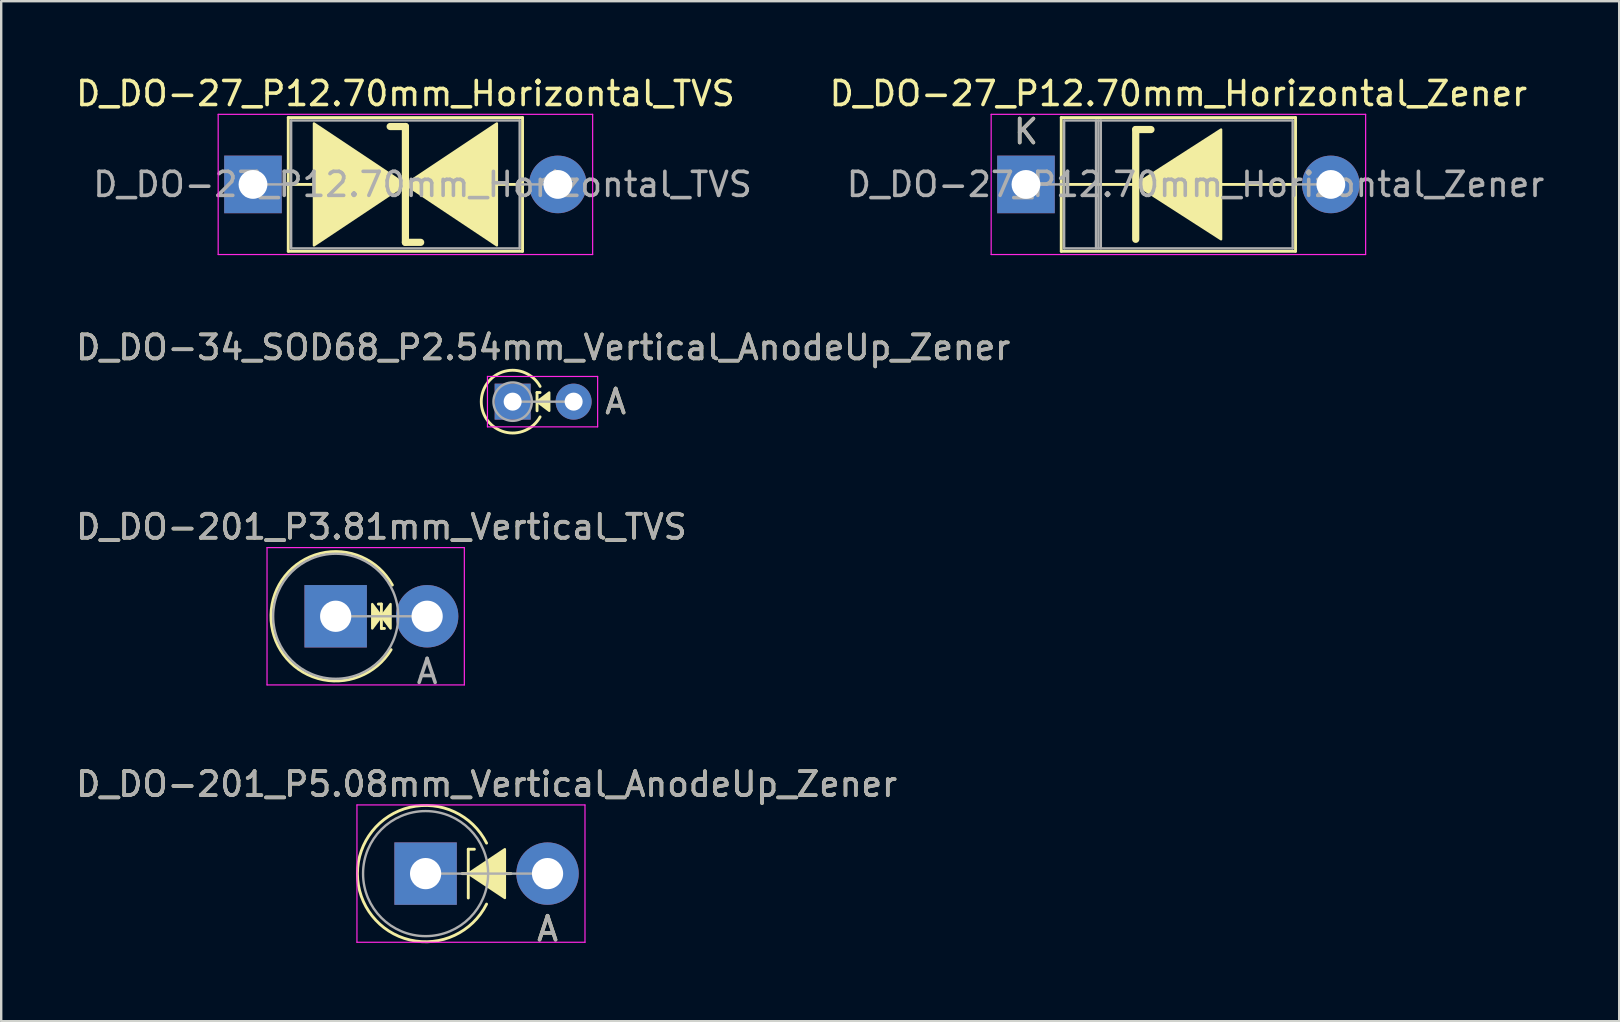
<source format=kicad_pcb>
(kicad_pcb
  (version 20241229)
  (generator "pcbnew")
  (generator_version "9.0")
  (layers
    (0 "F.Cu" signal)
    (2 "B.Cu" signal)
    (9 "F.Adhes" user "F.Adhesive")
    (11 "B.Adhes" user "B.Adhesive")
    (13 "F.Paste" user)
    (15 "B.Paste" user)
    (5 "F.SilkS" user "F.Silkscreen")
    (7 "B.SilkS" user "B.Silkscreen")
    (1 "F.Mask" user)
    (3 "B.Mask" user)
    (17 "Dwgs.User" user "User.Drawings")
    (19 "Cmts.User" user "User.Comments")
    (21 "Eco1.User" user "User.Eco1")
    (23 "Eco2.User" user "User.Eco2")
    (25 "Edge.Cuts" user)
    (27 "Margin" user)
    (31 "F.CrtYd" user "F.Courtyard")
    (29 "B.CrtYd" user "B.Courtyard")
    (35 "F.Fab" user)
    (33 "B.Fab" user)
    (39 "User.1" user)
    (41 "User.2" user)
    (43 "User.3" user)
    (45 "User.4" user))
  (footprint "D_DO-201_P5.08mm_Vertical_AnodeUp_Zener"
    (layer "F.Cu")
    (at 14.68 33.344)
    (property "Reference" "D_DO-201_P5.08mm_Vertical_AnodeUp_Zener" (at 2.54 -3.725 0) (layer "F.SilkS") (effects (font (size 1 1) (thickness 0.15))))
    (attr through_hole)
    (fp_line (start 1.524 0) (end 3.556 0) (stroke (width 0.12) (type solid)) (layer "F.SilkS"))
    (fp_line (start 1.778 -1.016) (end 2.032 -1.016) (stroke (width 0.12) (type solid)) (layer "F.SilkS"))
    (fp_line (start 1.778 1.016) (end 1.778 -1.016) (stroke (width 0.12) (type solid)) (layer "F.SilkS"))
    (fp_arc (start 2.539999 1.27) (mid -2.839805 0) (end 2.539999 -1.269999) (stroke (width 0.12) (type solid)) (layer "F.SilkS"))
    (fp_poly (pts (xy 3.302 1.016) (xy 1.778 0) (xy 3.302 -1.016)) (stroke (width 0.1) (type solid)) (fill yes) (layer "F.SilkS"))
    (fp_line (start -2.86 -2.86) (end -2.86 2.86) (stroke (width 0.05) (type solid)) (layer "F.CrtYd"))
    (fp_line (start -2.86 2.86) (end 6.64 2.86) (stroke (width 0.05) (type solid)) (layer "F.CrtYd"))
    (fp_line (start 6.64 -2.86) (end -2.86 -2.86) (stroke (width 0.05) (type solid)) (layer "F.CrtYd"))
    (fp_line (start 6.64 2.86) (end 6.64 -2.86) (stroke (width 0.05) (type solid)) (layer "F.CrtYd"))
    (fp_line (start 0 0) (end 5.08 0) (stroke (width 0.1) (type solid)) (layer "F.Fab"))
    (fp_circle (center 0 0) (end 2.605 0) (stroke (width 0.1) (type solid)) (fill no) (layer "F.Fab"))
    (fp_text user "A" (at 5.08 2.3 0) (layer "F.SilkS") (effects (font (size 1 1) (thickness 0.15))))
    (fp_text user "${REFERENCE}" (at 2.54 -3.725 0) (layer "F.Fab") (effects (font (size 1 1) (thickness 0.15))))
    (fp_text user "A" (at 5.08 2.3 0) (layer "F.Fab") (effects (font (size 1 1) (thickness 0.15))))
    (pad "1" thru_hole rect (at 0 0) (size 2.6 2.6) (drill 1.3) (layers "*.Cu" "*.Mask"))
    (pad "2" thru_hole oval (at 5.08 0) (size 2.6 2.6) (drill 1.3) (layers "*.Cu" "*.Mask")))
  (footprint "D_DO-34_SOD68_P2.54mm_Vertical_AnodeUp_Zener"
    (layer "F.Cu")
    (at 18.307 13.682)
    (property "Reference" "D_DO-34_SOD68_P2.54mm_Vertical_AnodeUp_Zener" (at 1.27 -2.256 0) (layer "F.SilkS") (effects (font (size 1 1) (thickness 0.15))))
    (attr through_hole)
    (fp_line (start 1.016 -0.381) (end 1.016 0.381) (stroke (width 0.12) (type solid)) (layer "F.SilkS"))
    (fp_line (start 1.016 -0.381) (end 1.143 -0.381) (stroke (width 0.12) (type solid)) (layer "F.SilkS"))
    (fp_arc (start 1.142999 0.635) (mid -1.307544 0) (end 1.142999 -0.634999) (stroke (width 0.12) (type solid)) (layer "F.SilkS"))
    (fp_poly (pts (xy 1.524 0.381) (xy 1.016 0) (xy 1.524 -0.381)) (stroke (width 0.1) (type solid)) (fill yes) (layer "F.SilkS"))
    (fp_line (start -1.05 -1.05) (end -1.05 1.05) (stroke (width 0.05) (type solid)) (layer "F.CrtYd"))
    (fp_line (start -1.05 1.05) (end 3.54 1.05) (stroke (width 0.05) (type solid)) (layer "F.CrtYd"))
    (fp_line (start 3.54 -1.05) (end -1.05 -1.05) (stroke (width 0.05) (type solid)) (layer "F.CrtYd"))
    (fp_line (start 3.54 1.05) (end 3.54 -1.05) (stroke (width 0.05) (type solid)) (layer "F.CrtYd"))
    (fp_line (start 0 0) (end 2.54 0) (stroke (width 0.1) (type solid)) (layer "F.Fab"))
    (fp_circle (center 0 0) (end 0.8 0) (stroke (width 0.1) (type solid)) (fill no) (layer "F.Fab"))
    (fp_text user "A" (at 4.29 0 0) (layer "F.SilkS") (effects (font (size 1 1) (thickness 0.15))))
    (fp_text user "${REFERENCE}" (at 1.27 -2.256 0) (layer "F.Fab") (effects (font (size 1 1) (thickness 0.15))))
    (fp_text user "A" (at 4.29 0 0) (layer "F.Fab") (effects (font (size 1 1) (thickness 0.15))))
    (pad "1" thru_hole rect (at 0 0) (size 1.5 1.5) (drill 0.75) (layers "*.Cu" "*.Mask"))
    (pad "2" thru_hole oval (at 2.54 0) (size 1.5 1.5) (drill 0.75) (layers "*.Cu" "*.Mask")))
  (footprint "D_DO-27_P12.70mm_Horizontal_Zener"
    (layer "F.Cu")
    (at 39.691 4.633)
    (property "Reference" "D_DO-27_P12.70mm_Horizontal_Zener" (at 6.35 -3.785 0) (layer "F.SilkS") (effects (font (size 1 1) (thickness 0.15))))
    (attr through_hole)
    (fp_line (start 1.44 0) (end 1.47 0) (stroke (width 0.12) (type solid)) (layer "F.SilkS"))
    (fp_line (start 1.47 -2.785) (end 1.47 2.785) (stroke (width 0.12) (type solid)) (layer "F.SilkS"))
    (fp_line (start 1.47 2.785) (end 11.23 2.785) (stroke (width 0.12) (type solid)) (layer "F.SilkS"))
    (fp_line (start 4.572 -2.286) (end 4.572 2.286) (stroke (width 0.3) (type solid)) (layer "F.SilkS"))
    (fp_line (start 4.572 -2.286) (end 5.207 -2.286) (stroke (width 0.3) (type solid)) (layer "F.SilkS"))
    (fp_line (start 4.572 0) (end 1.47 0) (stroke (width 0.12) (type solid)) (layer "F.SilkS"))
    (fp_line (start 8.001 0) (end 11.23 0) (stroke (width 0.12) (type solid)) (layer "F.SilkS"))
    (fp_line (start 11.23 -2.785) (end 1.47 -2.785) (stroke (width 0.12) (type solid)) (layer "F.SilkS"))
    (fp_line (start 11.23 2.785) (end 11.23 -2.785) (stroke (width 0.12) (type solid)) (layer "F.SilkS"))
    (fp_line (start 11.26 0) (end 11.23 0) (stroke (width 0.12) (type solid)) (layer "F.SilkS"))
    (fp_poly (pts (xy 8.128 2.286) (xy 4.572 0) (xy 8.128 -2.286)) (stroke (width 0.1) (type solid)) (fill yes) (layer "F.SilkS"))
    (fp_line (start -1.45 -2.92) (end -1.45 2.92) (stroke (width 0.05) (type solid)) (layer "F.CrtYd"))
    (fp_line (start -1.45 2.92) (end 14.15 2.92) (stroke (width 0.05) (type solid)) (layer "F.CrtYd"))
    (fp_line (start 14.15 -2.92) (end -1.45 -2.92) (stroke (width 0.05) (type solid)) (layer "F.CrtYd"))
    (fp_line (start 14.15 2.92) (end 14.15 -2.92) (stroke (width 0.05) (type solid)) (layer "F.CrtYd"))
    (fp_line (start 0 0) (end 1.59 0) (stroke (width 0.1) (type solid)) (layer "F.Fab"))
    (fp_line (start 1.59 -2.665) (end 1.59 2.665) (stroke (width 0.1) (type solid)) (layer "F.Fab"))
    (fp_line (start 1.59 2.665) (end 11.11 2.665) (stroke (width 0.1) (type solid)) (layer "F.Fab"))
    (fp_line (start 2.918 -2.665) (end 2.918 2.665) (stroke (width 0.1) (type solid)) (layer "F.Fab"))
    (fp_line (start 3.018 -2.665) (end 3.018 2.665) (stroke (width 0.1) (type solid)) (layer "F.Fab"))
    (fp_line (start 3.118 -2.665) (end 3.118 2.665) (stroke (width 0.1) (type solid)) (layer "F.Fab"))
    (fp_line (start 11.11 -2.665) (end 1.59 -2.665) (stroke (width 0.1) (type solid)) (layer "F.Fab"))
    (fp_line (start 11.11 2.665) (end 11.11 -2.665) (stroke (width 0.1) (type solid)) (layer "F.Fab"))
    (fp_line (start 12.7 0) (end 11.11 0) (stroke (width 0.1) (type solid)) (layer "F.Fab"))
    (fp_text user "K" (at 0 -2.2 0) (layer "F.SilkS") (effects (font (size 1 1) (thickness 0.15))))
    (fp_text user "K" (at 0 -2.2 0) (layer "F.Fab") (effects (font (size 1 1) (thickness 0.15))))
    (fp_text user "${REFERENCE}" (at 7.064 0 0) (layer "F.Fab") (effects (font (size 1 1) (thickness 0.15))))
    (pad "1" thru_hole rect (at 0 0) (size 2.4 2.4) (drill 1.2) (layers "*.Cu" "*.Mask"))
    (pad "2" thru_hole oval (at 12.7 0) (size 2.4 2.4) (drill 1.2) (layers "*.Cu" "*.Mask")))
  (footprint "D_DO-27_P12.70mm_Horizontal_TVS"
    (layer "F.Cu")
    (at 7.489 4.633)
    (property "Reference" "D_DO-27_P12.70mm_Horizontal_TVS" (at 6.35 -3.785 0) (layer "F.SilkS") (effects (font (size 1 1) (thickness 0.15))))
    (attr through_hole)
    (fp_line (start 1.44 0) (end 1.47 0) (stroke (width 0.12) (type solid)) (layer "F.SilkS"))
    (fp_line (start 1.47 -2.785) (end 1.47 2.785) (stroke (width 0.12) (type solid)) (layer "F.SilkS"))
    (fp_line (start 1.47 0) (end 2.54 0) (stroke (width 0.12) (type solid)) (layer "F.SilkS"))
    (fp_line (start 1.47 2.785) (end 11.23 2.785) (stroke (width 0.12) (type solid)) (layer "F.SilkS"))
    (fp_line (start 6.35 -2.413) (end 5.715 -2.413) (stroke (width 0.3) (type solid)) (layer "F.SilkS"))
    (fp_line (start 6.35 2.413) (end 6.35 -2.413) (stroke (width 0.3) (type solid)) (layer "F.SilkS"))
    (fp_line (start 6.985 2.413) (end 6.35 2.413) (stroke (width 0.3) (type solid)) (layer "F.SilkS"))
    (fp_line (start 10.16 0) (end 11.23 0) (stroke (width 0.12) (type solid)) (layer "F.SilkS"))
    (fp_line (start 11.23 -2.785) (end 1.47 -2.785) (stroke (width 0.12) (type solid)) (layer "F.SilkS"))
    (fp_line (start 11.23 2.785) (end 11.23 -2.785) (stroke (width 0.12) (type solid)) (layer "F.SilkS"))
    (fp_line (start 11.26 0) (end 11.23 0) (stroke (width 0.12) (type solid)) (layer "F.SilkS"))
    (fp_poly (pts (xy 6.35 0) (xy 2.54 2.54) (xy 2.54 -2.54)) (stroke (width 0.1) (type solid)) (fill yes) (layer "F.SilkS"))
    (fp_poly (pts (xy 6.35 0) (xy 10.16 -2.54) (xy 10.16 2.54)) (stroke (width 0.1) (type solid)) (fill yes) (layer "F.SilkS"))
    (fp_line (start -1.45 -2.92) (end -1.45 2.92) (stroke (width 0.05) (type solid)) (layer "F.CrtYd"))
    (fp_line (start -1.45 2.92) (end 14.15 2.92) (stroke (width 0.05) (type solid)) (layer "F.CrtYd"))
    (fp_line (start 14.15 -2.92) (end -1.45 -2.92) (stroke (width 0.05) (type solid)) (layer "F.CrtYd"))
    (fp_line (start 14.15 2.92) (end 14.15 -2.92) (stroke (width 0.05) (type solid)) (layer "F.CrtYd"))
    (fp_line (start 0 0) (end 1.59 0) (stroke (width 0.1) (type solid)) (layer "F.Fab"))
    (fp_line (start 1.59 -2.665) (end 1.59 2.665) (stroke (width 0.1) (type solid)) (layer "F.Fab"))
    (fp_line (start 1.59 2.665) (end 11.11 2.665) (stroke (width 0.1) (type solid)) (layer "F.Fab"))
    (fp_line (start 11.11 -2.665) (end 1.59 -2.665) (stroke (width 0.1) (type solid)) (layer "F.Fab"))
    (fp_line (start 11.11 2.665) (end 11.11 -2.665) (stroke (width 0.1) (type solid)) (layer "F.Fab"))
    (fp_line (start 12.7 0) (end 11.11 0) (stroke (width 0.1) (type solid)) (layer "F.Fab"))
    (fp_text user "${REFERENCE}" (at 7.064 0 0) (layer "F.Fab") (effects (font (size 1 1) (thickness 0.15))))
    (pad "1" thru_hole rect (at 0 0) (size 2.4 2.4) (drill 1.2) (layers "*.Cu" "*.Mask"))
    (pad "2" thru_hole oval (at 12.7 0) (size 2.4 2.4) (drill 1.2) (layers "*.Cu" "*.Mask")))
  (footprint "D_DO-201_P3.81mm_Vertical_TVS"
    (layer "F.Cu")
    (at 10.934 22.623)
    (property "Reference" "D_DO-201_P3.81mm_Vertical_TVS" (at 1.905 -3.725 0) (layer "F.SilkS") (effects (font (size 1 1) (thickness 0.15))))
    (attr through_hole)
    (fp_line (start 1.778 -0.508) (end 1.905 -0.508) (stroke (width 0.12) (type solid)) (layer "F.SilkS"))
    (fp_line (start 1.905 -0.508) (end 1.905 0.508) (stroke (width 0.12) (type solid)) (layer "F.SilkS"))
    (fp_line (start 1.905 0.508) (end 2.032 0.508) (stroke (width 0.12) (type solid)) (layer "F.SilkS"))
    (fp_arc (start 2.30942 1.390181) (mid -2.695054 -0.052035) (end 2.361361 -1.3) (stroke (width 0.12) (type solid)) (layer "F.SilkS"))
    (fp_poly (pts (xy 1.524 -0.508) (xy 1.905 0) (xy 1.524 0.508)) (stroke (width 0.1) (type solid)) (fill yes) (layer "F.SilkS"))
    (fp_poly (pts (xy 2.286 0.508) (xy 1.905 0) (xy 2.286 -0.508)) (stroke (width 0.1) (type solid)) (fill yes) (layer "F.SilkS"))
    (fp_line (start -2.86 -2.86) (end -2.86 2.86) (stroke (width 0.05) (type solid)) (layer "F.CrtYd"))
    (fp_line (start -2.86 2.86) (end 5.36 2.86) (stroke (width 0.05) (type solid)) (layer "F.CrtYd"))
    (fp_line (start 5.36 -2.86) (end -2.86 -2.86) (stroke (width 0.05) (type solid)) (layer "F.CrtYd"))
    (fp_line (start 5.36 2.86) (end 5.36 -2.86) (stroke (width 0.05) (type solid)) (layer "F.CrtYd"))
    (fp_line (start 0 0) (end 3.81 0) (stroke (width 0.1) (type solid)) (layer "F.Fab"))
    (fp_circle (center 0 0) (end 2.605 0) (stroke (width 0.1) (type solid)) (fill no) (layer "F.Fab"))
    (fp_text user "A" (at 3.81 2.3 0) (layer "F.Fab") (effects (font (size 1 1) (thickness 0.15))))
    (fp_text user "${REFERENCE}" (at 1.905 -3.725 0) (layer "F.Fab") (effects (font (size 1 1) (thickness 0.15))))
    (pad "1" thru_hole rect (at 0 0) (size 2.6 2.6) (drill 1.3) (layers "*.Cu" "*.Mask"))
    (pad "2" thru_hole oval (at 3.81 0) (size 2.6 2.6) (drill 1.3) (layers "*.Cu" "*.Mask")))
  (gr_rect
    (start -3 -3)
    (end 64.404 39.493)
    (stroke (width 0.1) (type default))
    (fill no)
    (layer "Edge.Cuts")))
</source>
